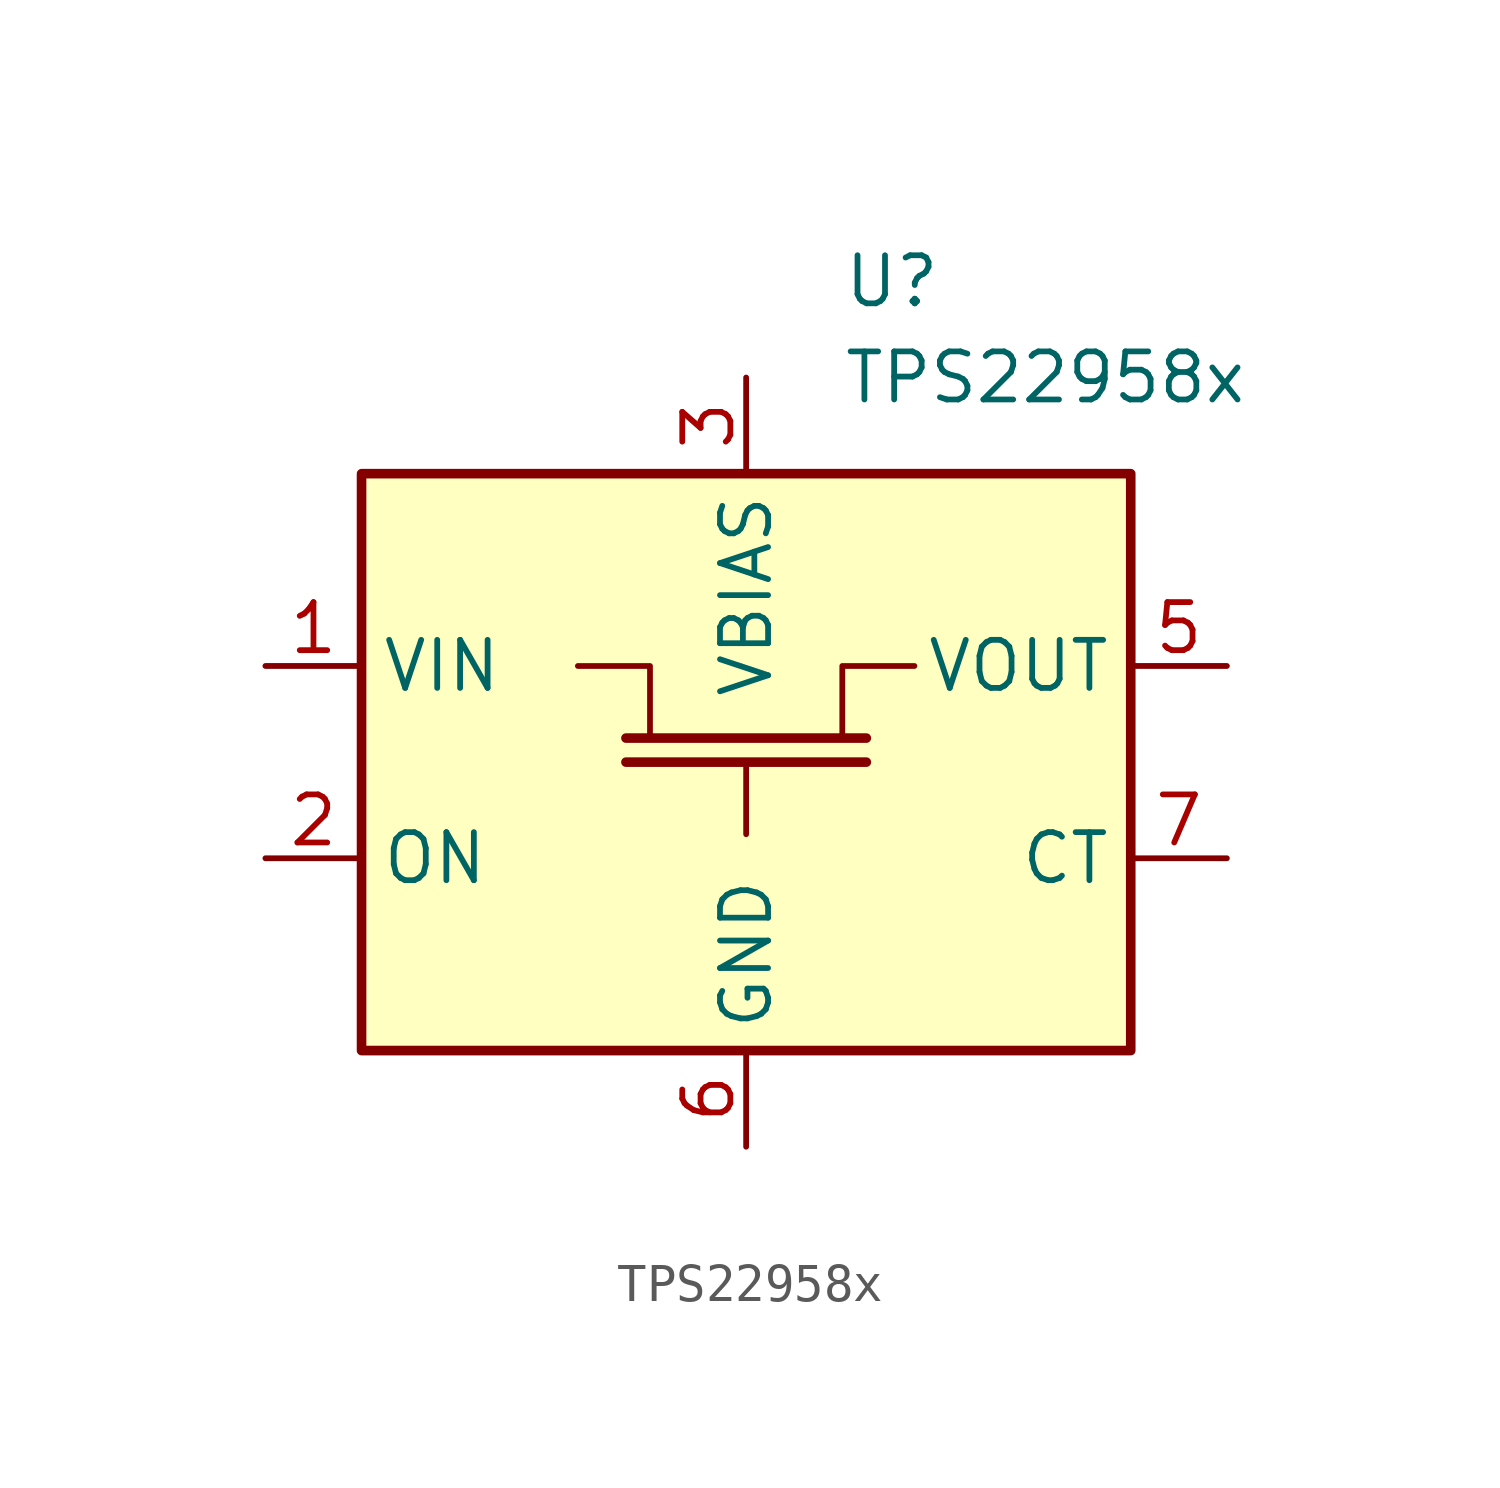
<source format=kicad_sym>
(kicad_symbol_lib
  (version 20210619)
  (generator kicad_symbol_editor)
  (symbol "KLIB_Power_Management:TPS22958x"
    (property "Reference" "U"
      (at 2.54 12.7 0)
      (effects (font (size 1.27 1.27)) (justify left)))
    (property "Value" "TPS22958x"
      (at 2.54 10.16 0)
      (effects (font (size 1.27 1.27)) (justify left)))
    (symbol "TPS22958x_0_1"
      (rectangle (start -10.16 7.62) (end 10.16 -7.62) (stroke (width 0.254)) (fill (type background)))
      (polyline (pts (xy -3.175 0) (xy 3.175 0)) (stroke (width 0.254)) (fill (type none)))
      (polyline (pts (xy -3.175 0.635) (xy 3.175 0.635)) (stroke (width 0.254)) (fill (type none)))
      (polyline (pts (xy 0 0) (xy 0 -1.905)) (stroke (width 0.152)) (fill (type none)))
      (polyline (pts (xy -2.54 0.635) (xy -2.54 2.54) (xy -4.445 2.54)) (stroke (width 0.152)) (fill (type none)))
      (polyline (pts (xy 2.54 0.635) (xy 2.54 2.54) (xy 4.445 2.54)) (stroke (width 0.152)) (fill (type none))))
    (symbol "TPS22958x_1_1"
      (pin power_in line (at -12.7 2.54 0) (length 2.54) (name "VIN" (effects (font (size 1.27 1.27)))) (number "1" (effects (font (size 1.27 1.27)))))
      (pin input line (at -12.7 -2.54 0) (length 2.54) (name "ON" (effects (font (size 1.27 1.27)))) (number "2" (effects (font (size 1.27 1.27)))))
      (pin power_in line (at 0 10.16 270) (length 2.54) (name "VBIAS" (effects (font (size 1.27 1.27)))) (number "3" (effects (font (size 1.27 1.27)))))
      (pin passive line (at -12.7 2.54 0) (length 2.54) hide (name "VIN" (effects (font (size 1.27 1.27)))) (number "4" (effects (font (size 1.27 1.27)))))
      (pin power_out line (at 12.7 2.54 180) (length 2.54) (name "VOUT" (effects (font (size 1.27 1.27)))) (number "5" (effects (font (size 1.27 1.27)))))
      (pin power_in line (at 0 -10.16 90) (length 2.54) (name "GND" (effects (font (size 1.27 1.27)))) (number "6" (effects (font (size 1.27 1.27)))))
      (pin output line (at 12.7 -2.54 180) (length 2.54) (name "CT" (effects (font (size 1.27 1.27)))) (number "7" (effects (font (size 1.27 1.27)))))
      (pin passive line (at 12.7 2.54 180) (length 2.54) hide (name "VOUT" (effects (font (size 1.27 1.27)))) (number "8" (effects (font (size 1.27 1.27)))))
      (pin passive line (at 0 -10.16 90) (length 2.54) hide (name "GND" (effects (font (size 1.27 1.27)))) (number "9" (effects (font (size 1.27 1.27))))))))
</source>
